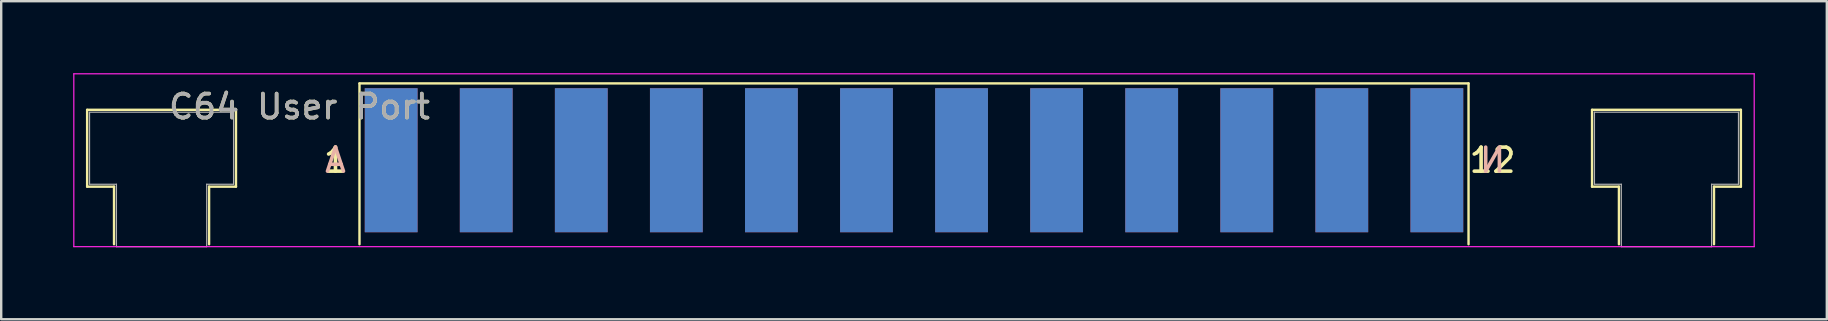
<source format=kicad_pcb>
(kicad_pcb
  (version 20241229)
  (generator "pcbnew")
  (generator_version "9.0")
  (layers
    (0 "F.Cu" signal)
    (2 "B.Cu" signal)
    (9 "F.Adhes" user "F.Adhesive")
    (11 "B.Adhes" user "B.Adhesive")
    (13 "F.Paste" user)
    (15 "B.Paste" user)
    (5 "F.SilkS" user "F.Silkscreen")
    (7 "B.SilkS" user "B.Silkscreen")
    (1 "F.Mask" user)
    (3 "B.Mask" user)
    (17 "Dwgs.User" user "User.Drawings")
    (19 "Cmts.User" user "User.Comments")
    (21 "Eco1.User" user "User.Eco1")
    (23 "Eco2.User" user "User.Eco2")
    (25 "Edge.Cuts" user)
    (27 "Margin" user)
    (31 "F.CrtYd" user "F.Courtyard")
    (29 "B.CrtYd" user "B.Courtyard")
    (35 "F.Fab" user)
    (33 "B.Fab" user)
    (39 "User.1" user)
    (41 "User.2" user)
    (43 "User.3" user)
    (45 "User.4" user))
  (footprint "C64 User Port"
    (layer "F.Cu")
    (at 35.025 3.625)
    (property "Reference" "C64 User Port" (at -25.6 -2.232 0) (unlocked yes) (layer "F.SilkS") (effects (font (size 1 1) (thickness 0.15))))
    (attr smd)
    (fp_line (start -34.445 -2.1) (end -34.445 1.1) (stroke (width 0.1) (type solid)) (layer "F.SilkS"))
    (fp_line (start -34.445 1.1) (end -33.325 1.1) (stroke (width 0.1) (type solid)) (layer "F.SilkS"))
    (fp_line (start -33.325 1.1) (end -33.325 3.5) (stroke (width 0.1) (type solid)) (layer "F.SilkS"))
    (fp_line (start -29.365 1.1) (end -29.365 3.5) (stroke (width 0.1) (type solid)) (layer "F.SilkS"))
    (fp_line (start -29.365 1.1) (end -28.245 1.1) (stroke (width 0.1) (type solid)) (layer "F.SilkS"))
    (fp_line (start -28.245 -2.1) (end -34.445 -2.1) (stroke (width 0.1) (type solid)) (layer "F.SilkS"))
    (fp_line (start -28.245 1.1) (end -28.245 -2.1) (stroke (width 0.1) (type solid)) (layer "F.SilkS"))
    (fp_line (start -23.1 -3.2) (end 23.1 -3.2) (stroke (width 0.1) (type solid)) (layer "F.SilkS"))
    (fp_line (start -23.1 3.5) (end -23.1 -3.2) (stroke (width 0.1) (type solid)) (layer "F.SilkS"))
    (fp_line (start 23.1 -3.2) (end 23.1 3.5) (stroke (width 0.1) (type solid)) (layer "F.SilkS"))
    (fp_line (start 28.245 -2.1) (end 28.245 1.1) (stroke (width 0.1) (type solid)) (layer "F.SilkS"))
    (fp_line (start 28.245 1.1) (end 29.365 1.1) (stroke (width 0.1) (type solid)) (layer "F.SilkS"))
    (fp_line (start 29.365 1.1) (end 29.365 3.5) (stroke (width 0.1) (type solid)) (layer "F.SilkS"))
    (fp_line (start 33.325 1.1) (end 33.325 3.5) (stroke (width 0.1) (type solid)) (layer "F.SilkS"))
    (fp_line (start 33.325 1.1) (end 34.445 1.1) (stroke (width 0.1) (type solid)) (layer "F.SilkS"))
    (fp_line (start 34.445 -2.1) (end 28.245 -2.1) (stroke (width 0.1) (type solid)) (layer "F.SilkS"))
    (fp_line (start 34.445 1.1) (end 34.445 -2.1) (stroke (width 0.1) (type solid)) (layer "F.SilkS"))
    (fp_line (start -35 -3.6) (end 35 -3.6) (stroke (width 0.05) (type solid)) (layer "F.CrtYd"))
    (fp_line (start -35 3.6) (end -35 -3.6) (stroke (width 0.05) (type solid)) (layer "F.CrtYd"))
    (fp_line (start 35 3.6) (end -35 3.6) (stroke (width 0.05) (type solid)) (layer "F.CrtYd"))
    (fp_line (start 35 3.6) (end 35 -3.6) (stroke (width 0.05) (type solid)) (layer "F.CrtYd"))
    (fp_line (start -34.345 1) (end -34.345 -2) (stroke (width 0.05) (type solid)) (layer "F.Fab"))
    (fp_line (start -33.225 1) (end -34.345 1) (stroke (width 0.05) (type solid)) (layer "F.Fab"))
    (fp_line (start -33.225 3.6) (end -33.225 1) (stroke (width 0.05) (type solid)) (layer "F.Fab"))
    (fp_line (start -33.225 3.6) (end -29.465 3.6) (stroke (width 0.05) (type solid)) (layer "F.Fab"))
    (fp_line (start -29.465 1) (end -29.465 3.6) (stroke (width 0.05) (type solid)) (layer "F.Fab"))
    (fp_line (start -29.465 1) (end -28.345 1) (stroke (width 0.05) (type solid)) (layer "F.Fab"))
    (fp_line (start -28.345 -2) (end -28.345 1) (stroke (width 0.05) (type solid)) (layer "F.Fab"))
    (fp_line (start 28.345 1) (end 28.345 -2) (stroke (width 0.05) (type solid)) (layer "F.Fab"))
    (fp_line (start 29.465 1) (end 28.345 1) (stroke (width 0.05) (type solid)) (layer "F.Fab"))
    (fp_line (start 29.465 3.6) (end 29.465 1) (stroke (width 0.05) (type solid)) (layer "F.Fab"))
    (fp_line (start 29.465 3.6) (end 33.225 3.6) (stroke (width 0.05) (type solid)) (layer "F.Fab"))
    (fp_line (start 33.225 1) (end 33.225 3.6) (stroke (width 0.05) (type solid)) (layer "F.Fab"))
    (fp_line (start 33.225 1) (end 34.345 1) (stroke (width 0.05) (type solid)) (layer "F.Fab"))
    (fp_line (start 34.345 -2) (end 34.345 1) (stroke (width 0.05) (type solid)) (layer "F.Fab"))
    (fp_rect (start -28.345 -2) (end -34.345 -2) (stroke (width 0.05) (type solid)) (fill no) (layer "F.Fab"))
    (fp_rect (start 34.345 -2) (end 28.345 -2) (stroke (width 0.05) (type solid)) (fill no) (layer "F.Fab"))
    (fp_text user "12" (at 24.1 0 180) (layer "F.SilkS") (effects (font (size 1 1) (thickness 0.15))))
    (fp_text user "1" (at -24.1 0 180) (layer "F.SilkS") (effects (font (size 1 1) (thickness 0.15))))
    (fp_text user "A" (at -24.1 0 180) (layer "B.SilkS") (effects (font (size 1 1) (thickness 0.15)) (justify mirror)))
    (fp_text user "N" (at 24.1 0 180) (layer "B.SilkS") (effects (font (size 1 1) (thickness 0.15)) (justify mirror)))
    (fp_text user "${REFERENCE}" (at -25.6 -2.232 0) (unlocked yes) (layer "F.Fab") (effects (font (size 1 1) (thickness 0.15))))
    (pad "1" smd rect (at -21.78 0 180) (size 2.2 6) (layers "F.Cu" "F.Mask" "F.Paste"))
    (pad "2" smd rect (at -17.82 0 180) (size 2.2 6) (layers "F.Cu" "F.Mask" "F.Paste"))
    (pad "3" smd rect (at -13.86 0 180) (size 2.2 6) (layers "F.Cu" "F.Mask" "F.Paste"))
    (pad "4" smd rect (at -9.9 0 180) (size 2.2 6) (layers "F.Cu" "F.Mask" "F.Paste"))
    (pad "5" smd rect (at -5.94 0 180) (size 2.2 6) (layers "F.Cu" "F.Mask" "F.Paste"))
    (pad "6" smd rect (at -1.98 0 180) (size 2.2 6) (layers "F.Cu" "F.Mask" "F.Paste"))
    (pad "7" smd rect (at 1.98 0 180) (size 2.2 6) (layers "F.Cu" "F.Mask" "F.Paste"))
    (pad "8" smd rect (at 5.94 0 180) (size 2.2 6) (layers "F.Cu" "F.Mask" "F.Paste"))
    (pad "9" smd rect (at 9.9 0 180) (size 2.2 6) (layers "F.Cu" "F.Mask" "F.Paste"))
    (pad "10" smd rect (at 13.86 0 180) (size 2.2 6) (layers "F.Cu" "F.Mask" "F.Paste"))
    (pad "11" smd rect (at 17.82 0 180) (size 2.2 6) (layers "F.Cu" "F.Mask" "F.Paste"))
    (pad "12" smd rect (at 21.78 0 180) (size 2.2 6) (layers "F.Cu" "F.Mask" "F.Paste"))
    (pad "A" smd rect (at -21.78 0 180) (size 2.2 6) (layers "B.Cu" "B.Mask" "B.Paste"))
    (pad "B" smd rect (at -17.82 0 180) (size 2.2 6) (layers "B.Cu" "B.Mask" "B.Paste"))
    (pad "C" smd rect (at -13.86 0 180) (size 2.2 6) (layers "B.Cu" "B.Mask" "B.Paste"))
    (pad "D" smd rect (at -9.9 0 180) (size 2.2 6) (layers "B.Cu" "B.Mask" "B.Paste"))
    (pad "E" smd rect (at -5.94 0 180) (size 2.2 6) (layers "B.Cu" "B.Mask" "B.Paste"))
    (pad "F" smd rect (at -1.98 0 180) (size 2.2 6) (layers "B.Cu" "B.Mask" "B.Paste"))
    (pad "H" smd rect (at 1.98 0 180) (size 2.2 6) (layers "B.Cu" "B.Mask" "B.Paste"))
    (pad "J" smd rect (at 5.94 0 180) (size 2.2 6) (layers "B.Cu" "B.Mask" "B.Paste"))
    (pad "K" smd rect (at 9.9 0 180) (size 2.2 6) (layers "B.Cu" "B.Mask" "B.Paste"))
    (pad "L" smd rect (at 13.86 0 180) (size 2.2 6) (layers "B.Cu" "B.Mask" "B.Paste"))
    (pad "M" smd rect (at 17.82 0 180) (size 2.2 6) (layers "B.Cu" "B.Mask" "B.Paste"))
    (pad "N" smd rect (at 21.78 0 180) (size 2.2 6) (layers "B.Cu" "B.Mask" "B.Paste")))
  (gr_rect
    (start -3 -3)
    (end 73.05 10.25)
    (stroke (width 0.1) (type default))
    (fill no)
    (layer "Edge.Cuts")))
</source>
